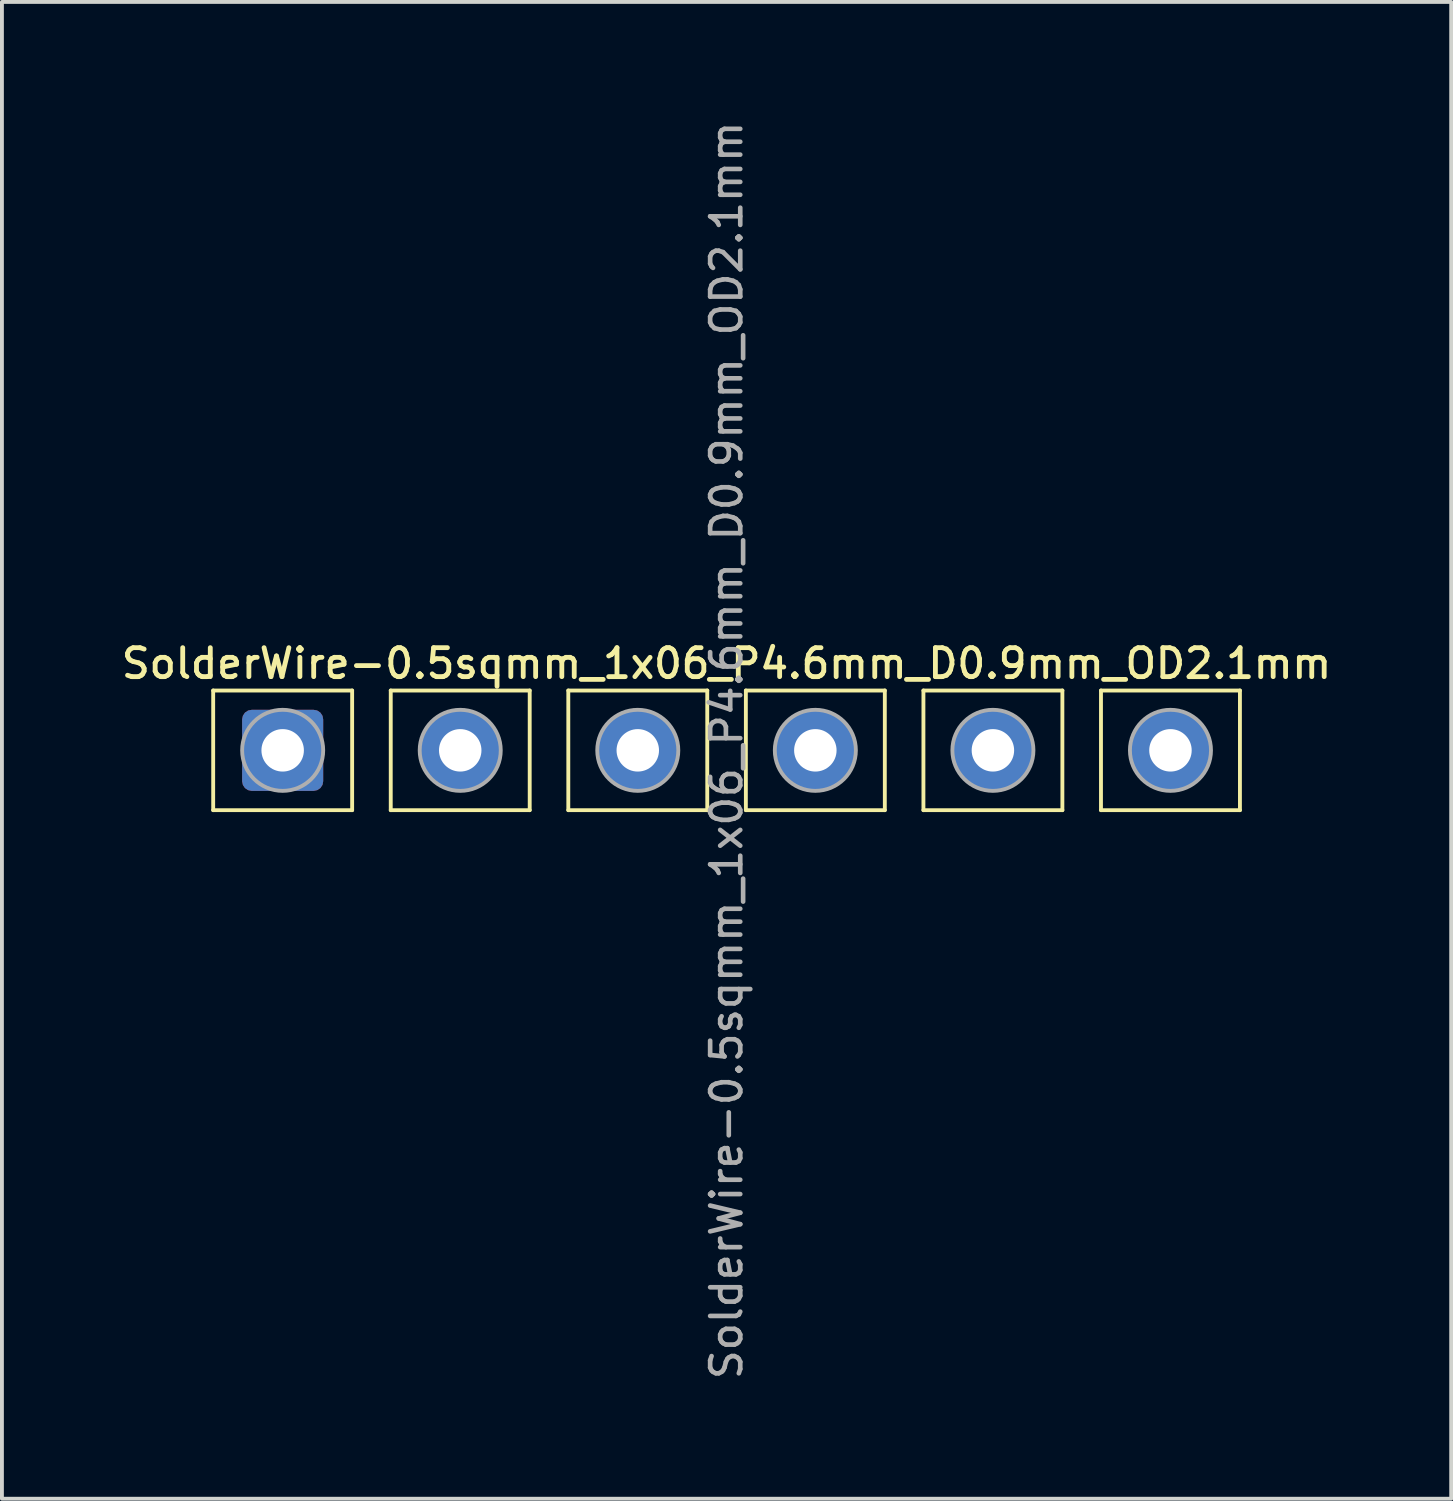
<source format=kicad_pcb>
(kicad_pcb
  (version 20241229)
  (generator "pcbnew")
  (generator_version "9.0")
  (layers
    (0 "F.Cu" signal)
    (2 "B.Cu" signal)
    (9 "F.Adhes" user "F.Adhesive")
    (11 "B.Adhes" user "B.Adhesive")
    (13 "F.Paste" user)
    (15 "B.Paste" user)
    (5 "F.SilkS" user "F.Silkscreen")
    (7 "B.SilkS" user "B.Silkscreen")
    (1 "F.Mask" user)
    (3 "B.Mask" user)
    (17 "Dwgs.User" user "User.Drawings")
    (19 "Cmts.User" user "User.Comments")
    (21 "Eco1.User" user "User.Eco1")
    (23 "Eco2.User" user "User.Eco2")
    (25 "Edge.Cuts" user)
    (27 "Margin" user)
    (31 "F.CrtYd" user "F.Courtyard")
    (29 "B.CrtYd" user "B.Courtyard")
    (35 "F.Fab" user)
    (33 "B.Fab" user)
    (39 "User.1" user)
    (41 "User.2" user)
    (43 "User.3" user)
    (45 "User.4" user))
  (footprint "SolderWire-0.5sqmm_1x06_P4.6mm_D0.9mm_OD2.1mm"
    (layer "F.Cu")
    (at 4.273 16.389)
    (property "Reference" "SolderWire-0.5sqmm_1x06_P4.6mm_D0.9mm_OD2.1mm" (at 11.5 -2.25 0) (layer "F.SilkS") (effects (font (size 0.75 0.75) (thickness 0.125))))
    (attr exclude_from_pos_files exclude_from_bom)
    (fp_line (start -1.8 -1.55) (end -1.8 1.55) (stroke (width 0.1) (type solid)) (layer "F.SilkS"))
    (fp_line (start -1.8 1.55) (end 1.8 1.55) (stroke (width 0.1) (type solid)) (layer "F.SilkS"))
    (fp_line (start 1.8 -1.55) (end -1.8 -1.55) (stroke (width 0.1) (type solid)) (layer "F.SilkS"))
    (fp_line (start 1.8 1.55) (end 1.8 -1.55) (stroke (width 0.1) (type solid)) (layer "F.SilkS"))
    (fp_line (start 2.8 -1.55) (end 2.8 1.55) (stroke (width 0.1) (type solid)) (layer "F.SilkS"))
    (fp_line (start 2.8 1.55) (end 6.4 1.55) (stroke (width 0.1) (type solid)) (layer "F.SilkS"))
    (fp_line (start 6.4 -1.55) (end 2.8 -1.55) (stroke (width 0.1) (type solid)) (layer "F.SilkS"))
    (fp_line (start 6.4 1.55) (end 6.4 -1.55) (stroke (width 0.1) (type solid)) (layer "F.SilkS"))
    (fp_line (start 7.4 -1.55) (end 7.4 1.55) (stroke (width 0.1) (type solid)) (layer "F.SilkS"))
    (fp_line (start 7.4 1.55) (end 11 1.55) (stroke (width 0.1) (type solid)) (layer "F.SilkS"))
    (fp_line (start 11 -1.55) (end 7.4 -1.55) (stroke (width 0.1) (type solid)) (layer "F.SilkS"))
    (fp_line (start 11 1.55) (end 11 -1.55) (stroke (width 0.1) (type solid)) (layer "F.SilkS"))
    (fp_line (start 12 -1.55) (end 12 1.55) (stroke (width 0.1) (type solid)) (layer "F.SilkS"))
    (fp_line (start 12 1.55) (end 15.6 1.55) (stroke (width 0.1) (type solid)) (layer "F.SilkS"))
    (fp_line (start 15.6 -1.55) (end 12 -1.55) (stroke (width 0.1) (type solid)) (layer "F.SilkS"))
    (fp_line (start 15.6 1.55) (end 15.6 -1.55) (stroke (width 0.1) (type solid)) (layer "F.SilkS"))
    (fp_line (start 16.6 -1.55) (end 16.6 1.55) (stroke (width 0.1) (type solid)) (layer "F.SilkS"))
    (fp_line (start 16.6 1.55) (end 20.2 1.55) (stroke (width 0.1) (type solid)) (layer "F.SilkS"))
    (fp_line (start 20.2 -1.55) (end 16.6 -1.55) (stroke (width 0.1) (type solid)) (layer "F.SilkS"))
    (fp_line (start 20.2 1.55) (end 20.2 -1.55) (stroke (width 0.1) (type solid)) (layer "F.SilkS"))
    (fp_line (start 21.2 -1.55) (end 21.2 1.55) (stroke (width 0.1) (type solid)) (layer "F.SilkS"))
    (fp_line (start 21.2 1.55) (end 24.8 1.55) (stroke (width 0.1) (type solid)) (layer "F.SilkS"))
    (fp_line (start 24.8 -1.55) (end 21.2 -1.55) (stroke (width 0.1) (type solid)) (layer "F.SilkS"))
    (fp_line (start 24.8 1.55) (end 24.8 -1.55) (stroke (width 0.1) (type solid)) (layer "F.SilkS"))
    (fp_circle (center 0 0) (end 1.05 0) (stroke (width 0.1) (type solid)) (fill no) (layer "F.Fab"))
    (fp_circle (center 4.6 0) (end 5.65 0) (stroke (width 0.1) (type solid)) (fill no) (layer "F.Fab"))
    (fp_circle (center 9.2 0) (end 10.25 0) (stroke (width 0.1) (type solid)) (fill no) (layer "F.Fab"))
    (fp_circle (center 13.8 0) (end 14.85 0) (stroke (width 0.1) (type solid)) (fill no) (layer "F.Fab"))
    (fp_circle (center 18.4 0) (end 19.45 0) (stroke (width 0.1) (type solid)) (fill no) (layer "F.Fab"))
    (fp_circle (center 23 0) (end 24.05 0) (stroke (width 0.1) (type solid)) (fill no) (layer "F.Fab"))
    (fp_text user "${REFERENCE}" (at 11.5 0 90) (layer "F.Fab") (effects (font (size 0.78 0.78) (thickness 0.12))))
    (pad "1" thru_hole roundrect (at 0 0) (size 2.1 2.1) (drill 1.1) (layers "*.Cu" "*.Mask") (roundrect_rratio 0.119))
    (pad "2" thru_hole circle (at 4.6 0) (size 2.1 2.1) (drill 1.1) (layers "*.Cu" "*.Mask"))
    (pad "3" thru_hole circle (at 9.2 0) (size 2.1 2.1) (drill 1.1) (layers "*.Cu" "*.Mask"))
    (pad "4" thru_hole circle (at 13.8 0) (size 2.1 2.1) (drill 1.1) (layers "*.Cu" "*.Mask"))
    (pad "5" thru_hole circle (at 18.4 0) (size 2.1 2.1) (drill 1.1) (layers "*.Cu" "*.Mask"))
    (pad "6" thru_hole circle (at 23 0) (size 2.1 2.1) (drill 1.1) (layers "*.Cu" "*.Mask")))
  (gr_rect
    (start -3 -3)
    (end 34.546 35.778)
    (stroke (width 0.1) (type default))
    (fill no)
    (layer "Edge.Cuts")))
</source>
